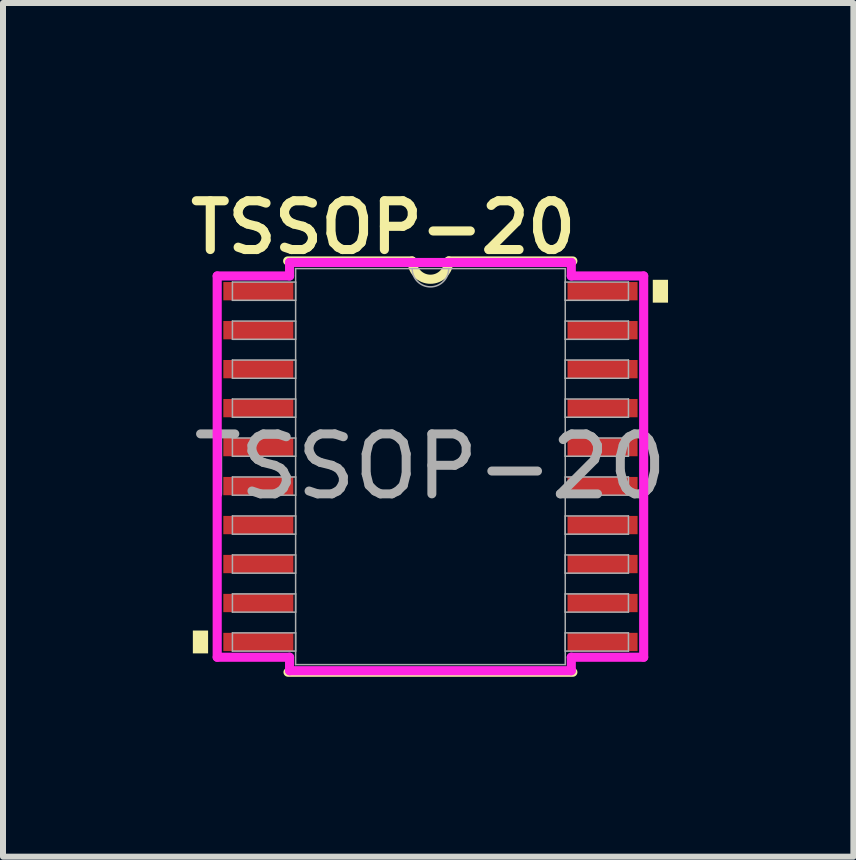
<source format=kicad_pcb>
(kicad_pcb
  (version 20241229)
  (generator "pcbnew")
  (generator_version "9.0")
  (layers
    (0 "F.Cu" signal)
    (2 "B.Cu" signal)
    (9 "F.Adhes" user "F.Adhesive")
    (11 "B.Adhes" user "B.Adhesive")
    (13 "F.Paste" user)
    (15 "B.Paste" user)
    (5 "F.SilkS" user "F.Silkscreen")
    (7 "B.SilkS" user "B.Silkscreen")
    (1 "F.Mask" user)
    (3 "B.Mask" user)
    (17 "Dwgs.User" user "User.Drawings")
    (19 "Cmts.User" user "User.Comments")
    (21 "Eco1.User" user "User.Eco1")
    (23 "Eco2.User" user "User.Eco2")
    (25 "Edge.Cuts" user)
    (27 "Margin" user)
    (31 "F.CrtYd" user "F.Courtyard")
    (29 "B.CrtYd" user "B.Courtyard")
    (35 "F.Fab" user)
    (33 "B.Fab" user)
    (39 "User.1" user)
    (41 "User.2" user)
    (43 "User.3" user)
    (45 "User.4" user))
  (footprint "TSSOP-20"
    (layer "F.Cu")
    (at 4.128 4.731)
    (property "Reference" "TSSOP-20" (at -0.787 -3.988 0) (unlocked yes) (layer "F.SilkS") (effects (font (size 0.813 0.813) (thickness 0.152) (bold yes))))
    (attr smd)
    (fp_line (start -2.375 3.429) (end 2.375 3.429) (stroke (width 0.152) (type solid)) (layer "F.SilkS"))
    (fp_line (start -0.311 -3.429) (end -2.381 -3.429) (stroke (width 0.152) (type solid)) (layer "F.SilkS"))
    (fp_line (start 2.375 -3.429) (end 0.305 -3.429) (stroke (width 0.152) (type solid)) (layer "F.SilkS"))
    (fp_arc (start 0.3048 -3.429) (mid 0 -3.1242) (end -0.3048 -3.429) (stroke (width 0.1524) (type solid)) (layer "F.SilkS"))
    (fp_poly (pts (xy -3.962 2.734) (xy -3.962 3.115) (xy -3.708 3.115) (xy -3.708 2.734)) (stroke (width 0) (type solid)) (fill yes) (layer "F.SilkS"))
    (fp_poly (pts (xy 3.962 -3.115) (xy 3.962 -2.734) (xy 3.708 -2.734) (xy 3.708 -3.115)) (stroke (width 0) (type solid)) (fill yes) (layer "F.SilkS"))
    (fp_line (start -3.556 -3.179) (end -2.349 -3.179) (stroke (width 0.152) (type solid)) (layer "F.CrtYd"))
    (fp_line (start -3.556 3.179) (end -3.556 -3.179) (stroke (width 0.152) (type solid)) (layer "F.CrtYd"))
    (fp_line (start -3.556 3.179) (end -2.349 3.179) (stroke (width 0.152) (type solid)) (layer "F.CrtYd"))
    (fp_line (start -2.349 -3.404) (end 2.349 -3.404) (stroke (width 0.152) (type solid)) (layer "F.CrtYd"))
    (fp_line (start -2.349 -3.179) (end -2.349 -3.404) (stroke (width 0.152) (type solid)) (layer "F.CrtYd"))
    (fp_line (start -2.349 3.404) (end -2.349 3.179) (stroke (width 0.152) (type solid)) (layer "F.CrtYd"))
    (fp_line (start 2.349 -3.404) (end 2.349 -3.179) (stroke (width 0.152) (type solid)) (layer "F.CrtYd"))
    (fp_line (start 2.349 3.179) (end 2.349 3.404) (stroke (width 0.152) (type solid)) (layer "F.CrtYd"))
    (fp_line (start 2.349 3.404) (end -2.349 3.404) (stroke (width 0.152) (type solid)) (layer "F.CrtYd"))
    (fp_line (start 3.556 -3.179) (end 2.349 -3.179) (stroke (width 0.152) (type solid)) (layer "F.CrtYd"))
    (fp_line (start 3.556 -3.179) (end 3.556 3.179) (stroke (width 0.152) (type solid)) (layer "F.CrtYd"))
    (fp_line (start 3.556 3.179) (end 2.349 3.179) (stroke (width 0.152) (type solid)) (layer "F.CrtYd"))
    (fp_line (start -3.302 -3.077) (end -3.302 -2.773) (stroke (width 0.025) (type solid)) (layer "F.Fab"))
    (fp_line (start -3.302 -2.773) (end -2.248 -2.773) (stroke (width 0.025) (type solid)) (layer "F.Fab"))
    (fp_line (start -3.302 -2.427) (end -3.302 -2.123) (stroke (width 0.025) (type solid)) (layer "F.Fab"))
    (fp_line (start -3.302 -2.123) (end -2.248 -2.123) (stroke (width 0.025) (type solid)) (layer "F.Fab"))
    (fp_line (start -3.302 -1.777) (end -3.302 -1.473) (stroke (width 0.025) (type solid)) (layer "F.Fab"))
    (fp_line (start -3.302 -1.473) (end -2.248 -1.473) (stroke (width 0.025) (type solid)) (layer "F.Fab"))
    (fp_line (start -3.302 -1.127) (end -3.302 -0.823) (stroke (width 0.025) (type solid)) (layer "F.Fab"))
    (fp_line (start -3.302 -0.823) (end -2.248 -0.823) (stroke (width 0.025) (type solid)) (layer "F.Fab"))
    (fp_line (start -3.302 -0.477) (end -3.302 -0.173) (stroke (width 0.025) (type solid)) (layer "F.Fab"))
    (fp_line (start -3.302 -0.173) (end -2.248 -0.173) (stroke (width 0.025) (type solid)) (layer "F.Fab"))
    (fp_line (start -3.302 0.173) (end -3.302 0.477) (stroke (width 0.025) (type solid)) (layer "F.Fab"))
    (fp_line (start -3.302 0.477) (end -2.248 0.477) (stroke (width 0.025) (type solid)) (layer "F.Fab"))
    (fp_line (start -3.302 0.823) (end -3.302 1.127) (stroke (width 0.025) (type solid)) (layer "F.Fab"))
    (fp_line (start -3.302 1.127) (end -2.248 1.127) (stroke (width 0.025) (type solid)) (layer "F.Fab"))
    (fp_line (start -3.302 1.473) (end -3.302 1.777) (stroke (width 0.025) (type solid)) (layer "F.Fab"))
    (fp_line (start -3.302 1.777) (end -2.248 1.777) (stroke (width 0.025) (type solid)) (layer "F.Fab"))
    (fp_line (start -3.302 2.123) (end -3.302 2.427) (stroke (width 0.025) (type solid)) (layer "F.Fab"))
    (fp_line (start -3.302 2.427) (end -2.248 2.427) (stroke (width 0.025) (type solid)) (layer "F.Fab"))
    (fp_line (start -3.302 2.773) (end -3.302 3.077) (stroke (width 0.025) (type solid)) (layer "F.Fab"))
    (fp_line (start -3.302 3.077) (end -2.248 3.077) (stroke (width 0.025) (type solid)) (layer "F.Fab"))
    (fp_line (start -2.248 -3.302) (end -2.248 3.302) (stroke (width 0.025) (type solid)) (layer "F.Fab"))
    (fp_line (start -2.248 -3.077) (end -3.302 -3.077) (stroke (width 0.025) (type solid)) (layer "F.Fab"))
    (fp_line (start -2.248 -2.773) (end -2.248 -3.077) (stroke (width 0.025) (type solid)) (layer "F.Fab"))
    (fp_line (start -2.248 -2.427) (end -3.302 -2.427) (stroke (width 0.025) (type solid)) (layer "F.Fab"))
    (fp_line (start -2.248 -2.123) (end -2.248 -2.427) (stroke (width 0.025) (type solid)) (layer "F.Fab"))
    (fp_line (start -2.248 -1.777) (end -3.302 -1.777) (stroke (width 0.025) (type solid)) (layer "F.Fab"))
    (fp_line (start -2.248 -1.473) (end -2.248 -1.777) (stroke (width 0.025) (type solid)) (layer "F.Fab"))
    (fp_line (start -2.248 -1.127) (end -3.302 -1.127) (stroke (width 0.025) (type solid)) (layer "F.Fab"))
    (fp_line (start -2.248 -0.823) (end -2.248 -1.127) (stroke (width 0.025) (type solid)) (layer "F.Fab"))
    (fp_line (start -2.248 -0.477) (end -3.302 -0.477) (stroke (width 0.025) (type solid)) (layer "F.Fab"))
    (fp_line (start -2.248 -0.173) (end -2.248 -0.477) (stroke (width 0.025) (type solid)) (layer "F.Fab"))
    (fp_line (start -2.248 0.173) (end -3.302 0.173) (stroke (width 0.025) (type solid)) (layer "F.Fab"))
    (fp_line (start -2.248 0.477) (end -2.248 0.173) (stroke (width 0.025) (type solid)) (layer "F.Fab"))
    (fp_line (start -2.248 0.823) (end -3.302 0.823) (stroke (width 0.025) (type solid)) (layer "F.Fab"))
    (fp_line (start -2.248 1.127) (end -2.248 0.823) (stroke (width 0.025) (type solid)) (layer "F.Fab"))
    (fp_line (start -2.248 1.473) (end -3.302 1.473) (stroke (width 0.025) (type solid)) (layer "F.Fab"))
    (fp_line (start -2.248 1.777) (end -2.248 1.473) (stroke (width 0.025) (type solid)) (layer "F.Fab"))
    (fp_line (start -2.248 2.123) (end -3.302 2.123) (stroke (width 0.025) (type solid)) (layer "F.Fab"))
    (fp_line (start -2.248 2.427) (end -2.248 2.123) (stroke (width 0.025) (type solid)) (layer "F.Fab"))
    (fp_line (start -2.248 2.773) (end -3.302 2.773) (stroke (width 0.025) (type solid)) (layer "F.Fab"))
    (fp_line (start -2.248 3.077) (end -2.248 2.773) (stroke (width 0.025) (type solid)) (layer "F.Fab"))
    (fp_line (start -2.248 3.302) (end 2.248 3.302) (stroke (width 0.025) (type solid)) (layer "F.Fab"))
    (fp_line (start 2.248 -3.302) (end -2.248 -3.302) (stroke (width 0.025) (type solid)) (layer "F.Fab"))
    (fp_line (start 2.248 -3.077) (end 2.248 -2.773) (stroke (width 0.025) (type solid)) (layer "F.Fab"))
    (fp_line (start 2.248 -2.773) (end 3.302 -2.773) (stroke (width 0.025) (type solid)) (layer "F.Fab"))
    (fp_line (start 2.248 -2.427) (end 2.248 -2.123) (stroke (width 0.025) (type solid)) (layer "F.Fab"))
    (fp_line (start 2.248 -2.123) (end 3.302 -2.123) (stroke (width 0.025) (type solid)) (layer "F.Fab"))
    (fp_line (start 2.248 -1.777) (end 2.248 -1.473) (stroke (width 0.025) (type solid)) (layer "F.Fab"))
    (fp_line (start 2.248 -1.473) (end 3.302 -1.473) (stroke (width 0.025) (type solid)) (layer "F.Fab"))
    (fp_line (start 2.248 -1.127) (end 2.248 -0.823) (stroke (width 0.025) (type solid)) (layer "F.Fab"))
    (fp_line (start 2.248 -0.823) (end 3.302 -0.823) (stroke (width 0.025) (type solid)) (layer "F.Fab"))
    (fp_line (start 2.248 -0.477) (end 2.248 -0.173) (stroke (width 0.025) (type solid)) (layer "F.Fab"))
    (fp_line (start 2.248 -0.173) (end 3.302 -0.173) (stroke (width 0.025) (type solid)) (layer "F.Fab"))
    (fp_line (start 2.248 0.173) (end 2.248 0.477) (stroke (width 0.025) (type solid)) (layer "F.Fab"))
    (fp_line (start 2.248 0.477) (end 3.302 0.477) (stroke (width 0.025) (type solid)) (layer "F.Fab"))
    (fp_line (start 2.248 0.823) (end 2.248 1.127) (stroke (width 0.025) (type solid)) (layer "F.Fab"))
    (fp_line (start 2.248 1.127) (end 3.302 1.127) (stroke (width 0.025) (type solid)) (layer "F.Fab"))
    (fp_line (start 2.248 1.473) (end 2.248 1.777) (stroke (width 0.025) (type solid)) (layer "F.Fab"))
    (fp_line (start 2.248 1.777) (end 3.302 1.777) (stroke (width 0.025) (type solid)) (layer "F.Fab"))
    (fp_line (start 2.248 2.123) (end 2.248 2.427) (stroke (width 0.025) (type solid)) (layer "F.Fab"))
    (fp_line (start 2.248 2.427) (end 3.302 2.427) (stroke (width 0.025) (type solid)) (layer "F.Fab"))
    (fp_line (start 2.248 2.773) (end 2.248 3.077) (stroke (width 0.025) (type solid)) (layer "F.Fab"))
    (fp_line (start 2.248 3.077) (end 3.302 3.077) (stroke (width 0.025) (type solid)) (layer "F.Fab"))
    (fp_line (start 2.248 3.302) (end 2.248 -3.302) (stroke (width 0.025) (type solid)) (layer "F.Fab"))
    (fp_line (start 3.302 -3.077) (end 2.248 -3.077) (stroke (width 0.025) (type solid)) (layer "F.Fab"))
    (fp_line (start 3.302 -2.773) (end 3.302 -3.077) (stroke (width 0.025) (type solid)) (layer "F.Fab"))
    (fp_line (start 3.302 -2.427) (end 2.248 -2.427) (stroke (width 0.025) (type solid)) (layer "F.Fab"))
    (fp_line (start 3.302 -2.123) (end 3.302 -2.427) (stroke (width 0.025) (type solid)) (layer "F.Fab"))
    (fp_line (start 3.302 -1.777) (end 2.248 -1.777) (stroke (width 0.025) (type solid)) (layer "F.Fab"))
    (fp_line (start 3.302 -1.473) (end 3.302 -1.777) (stroke (width 0.025) (type solid)) (layer "F.Fab"))
    (fp_line (start 3.302 -1.127) (end 2.248 -1.127) (stroke (width 0.025) (type solid)) (layer "F.Fab"))
    (fp_line (start 3.302 -0.823) (end 3.302 -1.127) (stroke (width 0.025) (type solid)) (layer "F.Fab"))
    (fp_line (start 3.302 -0.477) (end 2.248 -0.477) (stroke (width 0.025) (type solid)) (layer "F.Fab"))
    (fp_line (start 3.302 -0.173) (end 3.302 -0.477) (stroke (width 0.025) (type solid)) (layer "F.Fab"))
    (fp_line (start 3.302 0.173) (end 2.248 0.173) (stroke (width 0.025) (type solid)) (layer "F.Fab"))
    (fp_line (start 3.302 0.477) (end 3.302 0.173) (stroke (width 0.025) (type solid)) (layer "F.Fab"))
    (fp_line (start 3.302 0.823) (end 2.248 0.823) (stroke (width 0.025) (type solid)) (layer "F.Fab"))
    (fp_line (start 3.302 1.127) (end 3.302 0.823) (stroke (width 0.025) (type solid)) (layer "F.Fab"))
    (fp_line (start 3.302 1.473) (end 2.248 1.473) (stroke (width 0.025) (type solid)) (layer "F.Fab"))
    (fp_line (start 3.302 1.777) (end 3.302 1.473) (stroke (width 0.025) (type solid)) (layer "F.Fab"))
    (fp_line (start 3.302 2.123) (end 2.248 2.123) (stroke (width 0.025) (type solid)) (layer "F.Fab"))
    (fp_line (start 3.302 2.427) (end 3.302 2.123) (stroke (width 0.025) (type solid)) (layer "F.Fab"))
    (fp_line (start 3.302 2.773) (end 2.248 2.773) (stroke (width 0.025) (type solid)) (layer "F.Fab"))
    (fp_line (start 3.302 3.077) (end 3.302 2.773) (stroke (width 0.025) (type solid)) (layer "F.Fab"))
    (fp_arc (start 0.3048 -3.302) (mid 0 -2.9972) (end -0.3048 -3.302) (stroke (width 0.0254) (type solid)) (layer "F.Fab"))
    (fp_text user "${REFERENCE}" (at 0 0 0) (unlocked yes) (layer "F.Fab") (effects (font (size 1 1) (thickness 0.15))))
    (pad "1" smd rect (at -2.87 -2.925) (size 1.168 0.305) (layers "F.Cu" "F.Mask" "F.Paste"))
    (pad "2" smd rect (at -2.87 -2.275) (size 1.168 0.305) (layers "F.Cu" "F.Mask" "F.Paste"))
    (pad "3" smd rect (at -2.87 -1.625) (size 1.168 0.305) (layers "F.Cu" "F.Mask" "F.Paste"))
    (pad "4" smd rect (at -2.87 -0.975) (size 1.168 0.305) (layers "F.Cu" "F.Mask" "F.Paste"))
    (pad "5" smd rect (at -2.87 -0.325) (size 1.168 0.305) (layers "F.Cu" "F.Mask" "F.Paste"))
    (pad "6" smd rect (at -2.87 0.325) (size 1.168 0.305) (layers "F.Cu" "F.Mask" "F.Paste"))
    (pad "7" smd rect (at -2.87 0.975) (size 1.168 0.305) (layers "F.Cu" "F.Mask" "F.Paste"))
    (pad "8" smd rect (at -2.87 1.625) (size 1.168 0.305) (layers "F.Cu" "F.Mask" "F.Paste"))
    (pad "9" smd rect (at -2.87 2.275) (size 1.168 0.305) (layers "F.Cu" "F.Mask" "F.Paste"))
    (pad "10" smd rect (at -2.87 2.925) (size 1.168 0.305) (layers "F.Cu" "F.Mask" "F.Paste"))
    (pad "11" smd rect (at 2.87 2.925) (size 1.168 0.305) (layers "F.Cu" "F.Mask" "F.Paste"))
    (pad "12" smd rect (at 2.87 2.275) (size 1.168 0.305) (layers "F.Cu" "F.Mask" "F.Paste"))
    (pad "13" smd rect (at 2.87 1.625) (size 1.168 0.305) (layers "F.Cu" "F.Mask" "F.Paste"))
    (pad "14" smd rect (at 2.87 0.975) (size 1.168 0.305) (layers "F.Cu" "F.Mask" "F.Paste"))
    (pad "15" smd rect (at 2.87 0.325) (size 1.168 0.305) (layers "F.Cu" "F.Mask" "F.Paste"))
    (pad "16" smd rect (at 2.87 -0.325) (size 1.168 0.305) (layers "F.Cu" "F.Mask" "F.Paste"))
    (pad "17" smd rect (at 2.87 -0.975) (size 1.168 0.305) (layers "F.Cu" "F.Mask" "F.Paste"))
    (pad "18" smd rect (at 2.87 -1.625) (size 1.168 0.305) (layers "F.Cu" "F.Mask" "F.Paste"))
    (pad "19" smd rect (at 2.87 -2.275) (size 1.168 0.305) (layers "F.Cu" "F.Mask" "F.Paste"))
    (pad "20" smd rect (at 2.87 -2.925) (size 1.168 0.305) (layers "F.Cu" "F.Mask" "F.Paste")))
  (gr_rect
    (start -3 -3)
    (end 11.181 11.236)
    (stroke (width 0.1) (type default))
    (fill no)
    (layer "Edge.Cuts")))
</source>
